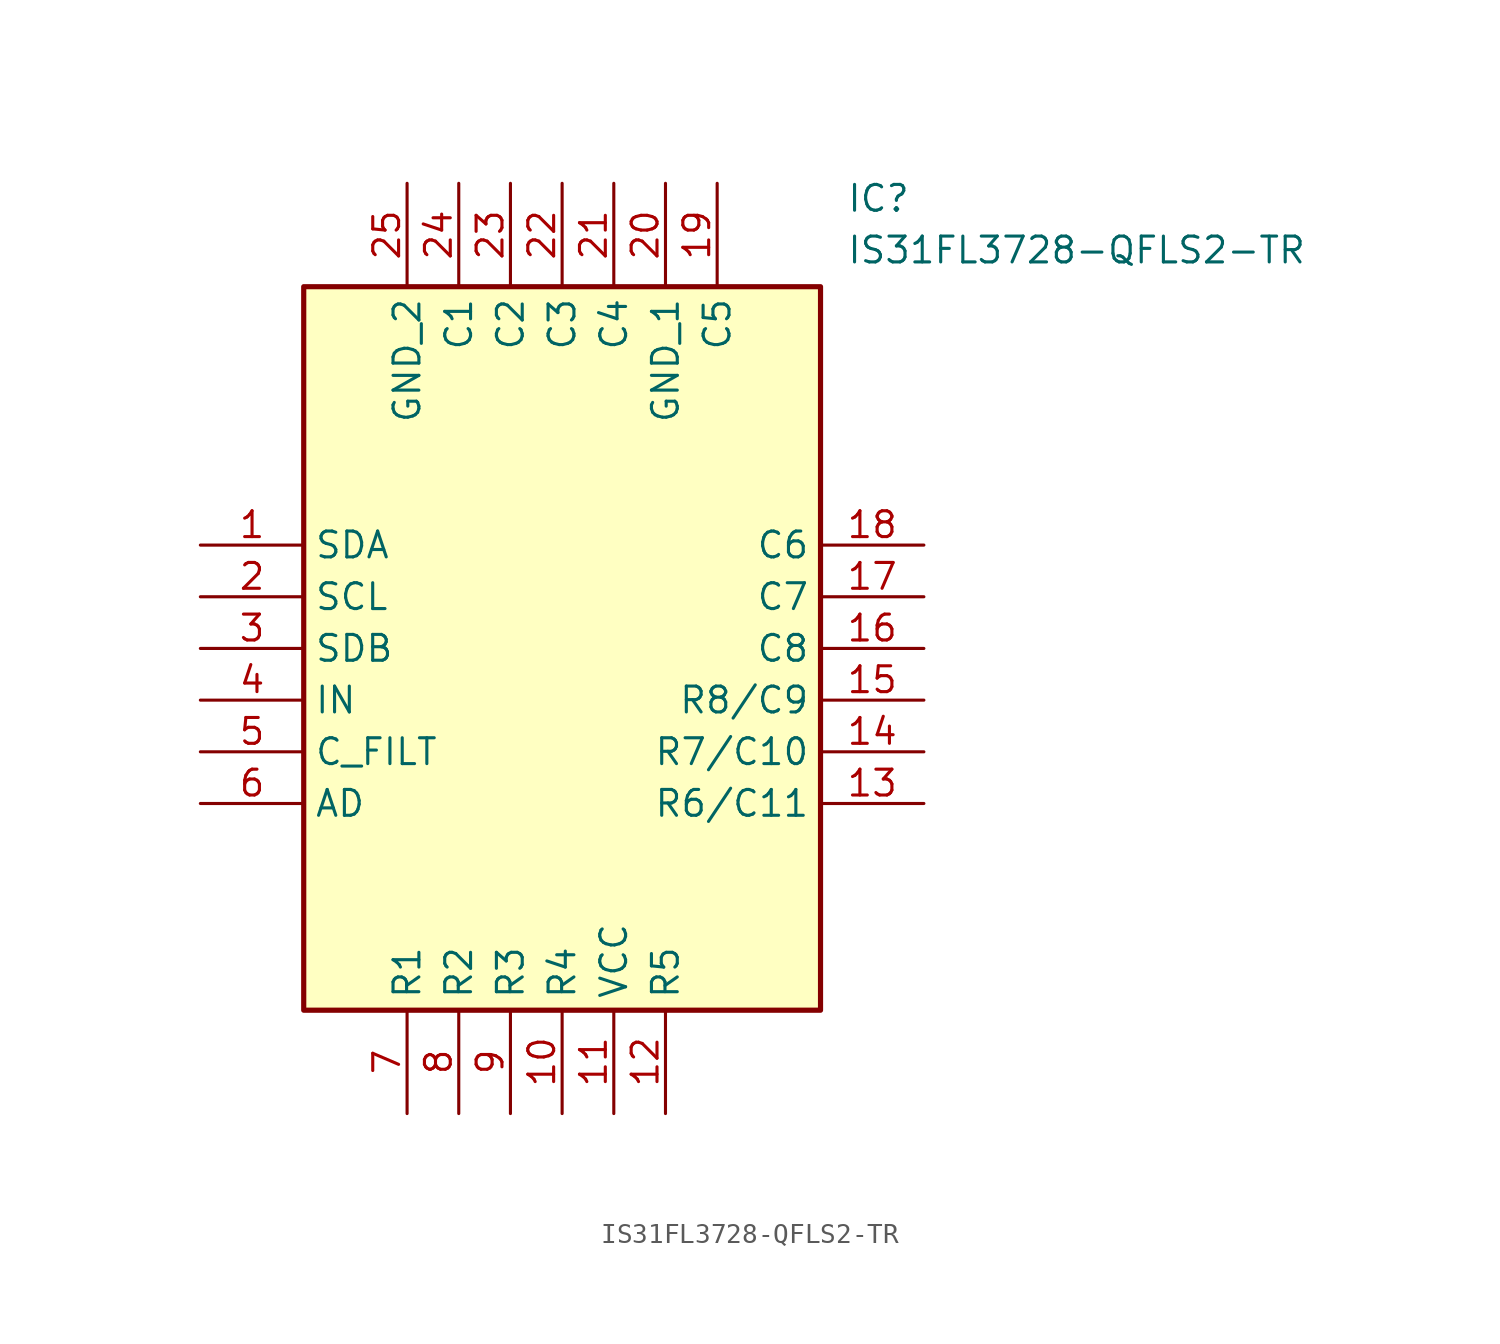
<source format=kicad_sym>
(kicad_symbol_lib
  (version 20211014)
  (generator SamacSys_ECAD_Model)
  (symbol "IS31FL3728-QFLS2-TR"
    (property "Reference" "IC"
      (at 31.75 17.78 0)
      (effects (font (size 1.27 1.27)) (justify left top)))
    (property "Value" "IS31FL3728-QFLS2-TR"
      (at 31.75 15.24 0)
      (effects (font (size 1.27 1.27)) (justify left top)))
    (rectangle
      (start 5.08 12.7)
      (end 30.48 -22.86)
      (stroke (width 0.254) (type default))
      (fill (type background)))
    (pin passive line
      (at 0 0 0)
      (length 5.08)
      (name "SDA" (effects (font (size 1.27 1.27))))
      (number "1" (effects (font (size 1.27 1.27)))))
    (pin passive line
      (at 0 -2.54 0)
      (length 5.08)
      (name "SCL" (effects (font (size 1.27 1.27))))
      (number "2" (effects (font (size 1.27 1.27)))))
    (pin passive line
      (at 0 -5.08 0)
      (length 5.08)
      (name "SDB" (effects (font (size 1.27 1.27))))
      (number "3" (effects (font (size 1.27 1.27)))))
    (pin passive line
      (at 0 -7.62 0)
      (length 5.08)
      (name "IN" (effects (font (size 1.27 1.27))))
      (number "4" (effects (font (size 1.27 1.27)))))
    (pin passive line
      (at 0 -10.16 0)
      (length 5.08)
      (name "C_FILT" (effects (font (size 1.27 1.27))))
      (number "5" (effects (font (size 1.27 1.27)))))
    (pin passive line
      (at 0 -12.7 0)
      (length 5.08)
      (name "AD" (effects (font (size 1.27 1.27))))
      (number "6" (effects (font (size 1.27 1.27)))))
    (pin passive line
      (at 10.16 -27.94 90)
      (length 5.08)
      (name "R1" (effects (font (size 1.27 1.27))))
      (number "7" (effects (font (size 1.27 1.27)))))
    (pin passive line
      (at 12.7 -27.94 90)
      (length 5.08)
      (name "R2" (effects (font (size 1.27 1.27))))
      (number "8" (effects (font (size 1.27 1.27)))))
    (pin passive line
      (at 15.24 -27.94 90)
      (length 5.08)
      (name "R3" (effects (font (size 1.27 1.27))))
      (number "9" (effects (font (size 1.27 1.27)))))
    (pin passive line
      (at 17.78 -27.94 90)
      (length 5.08)
      (name "R4" (effects (font (size 1.27 1.27))))
      (number "10" (effects (font (size 1.27 1.27)))))
    (pin passive line
      (at 20.32 -27.94 90)
      (length 5.08)
      (name "VCC" (effects (font (size 1.27 1.27))))
      (number "11" (effects (font (size 1.27 1.27)))))
    (pin passive line
      (at 22.86 -27.94 90)
      (length 5.08)
      (name "R5" (effects (font (size 1.27 1.27))))
      (number "12" (effects (font (size 1.27 1.27)))))
    (pin passive line
      (at 35.56 0 180)
      (length 5.08)
      (name "C6" (effects (font (size 1.27 1.27))))
      (number "18" (effects (font (size 1.27 1.27)))))
    (pin passive line
      (at 35.56 -2.54 180)
      (length 5.08)
      (name "C7" (effects (font (size 1.27 1.27))))
      (number "17" (effects (font (size 1.27 1.27)))))
    (pin passive line
      (at 35.56 -5.08 180)
      (length 5.08)
      (name "C8" (effects (font (size 1.27 1.27))))
      (number "16" (effects (font (size 1.27 1.27)))))
    (pin passive line
      (at 35.56 -7.62 180)
      (length 5.08)
      (name "R8/C9" (effects (font (size 1.27 1.27))))
      (number "15" (effects (font (size 1.27 1.27)))))
    (pin passive line
      (at 35.56 -10.16 180)
      (length 5.08)
      (name "R7/C10" (effects (font (size 1.27 1.27))))
      (number "14" (effects (font (size 1.27 1.27)))))
    (pin passive line
      (at 35.56 -12.7 180)
      (length 5.08)
      (name "R6/C11" (effects (font (size 1.27 1.27))))
      (number "13" (effects (font (size 1.27 1.27)))))
    (pin passive line
      (at 10.16 17.78 270)
      (length 5.08)
      (name "GND_2" (effects (font (size 1.27 1.27))))
      (number "25" (effects (font (size 1.27 1.27)))))
    (pin passive line
      (at 12.7 17.78 270)
      (length 5.08)
      (name "C1" (effects (font (size 1.27 1.27))))
      (number "24" (effects (font (size 1.27 1.27)))))
    (pin passive line
      (at 15.24 17.78 270)
      (length 5.08)
      (name "C2" (effects (font (size 1.27 1.27))))
      (number "23" (effects (font (size 1.27 1.27)))))
    (pin passive line
      (at 17.78 17.78 270)
      (length 5.08)
      (name "C3" (effects (font (size 1.27 1.27))))
      (number "22" (effects (font (size 1.27 1.27)))))
    (pin passive line
      (at 20.32 17.78 270)
      (length 5.08)
      (name "C4" (effects (font (size 1.27 1.27))))
      (number "21" (effects (font (size 1.27 1.27)))))
    (pin passive line
      (at 22.86 17.78 270)
      (length 5.08)
      (name "GND_1" (effects (font (size 1.27 1.27))))
      (number "20" (effects (font (size 1.27 1.27)))))
    (pin passive line
      (at 25.4 17.78 270)
      (length 5.08)
      (name "C5" (effects (font (size 1.27 1.27))))
      (number "19" (effects (font (size 1.27 1.27)))))))
</source>
